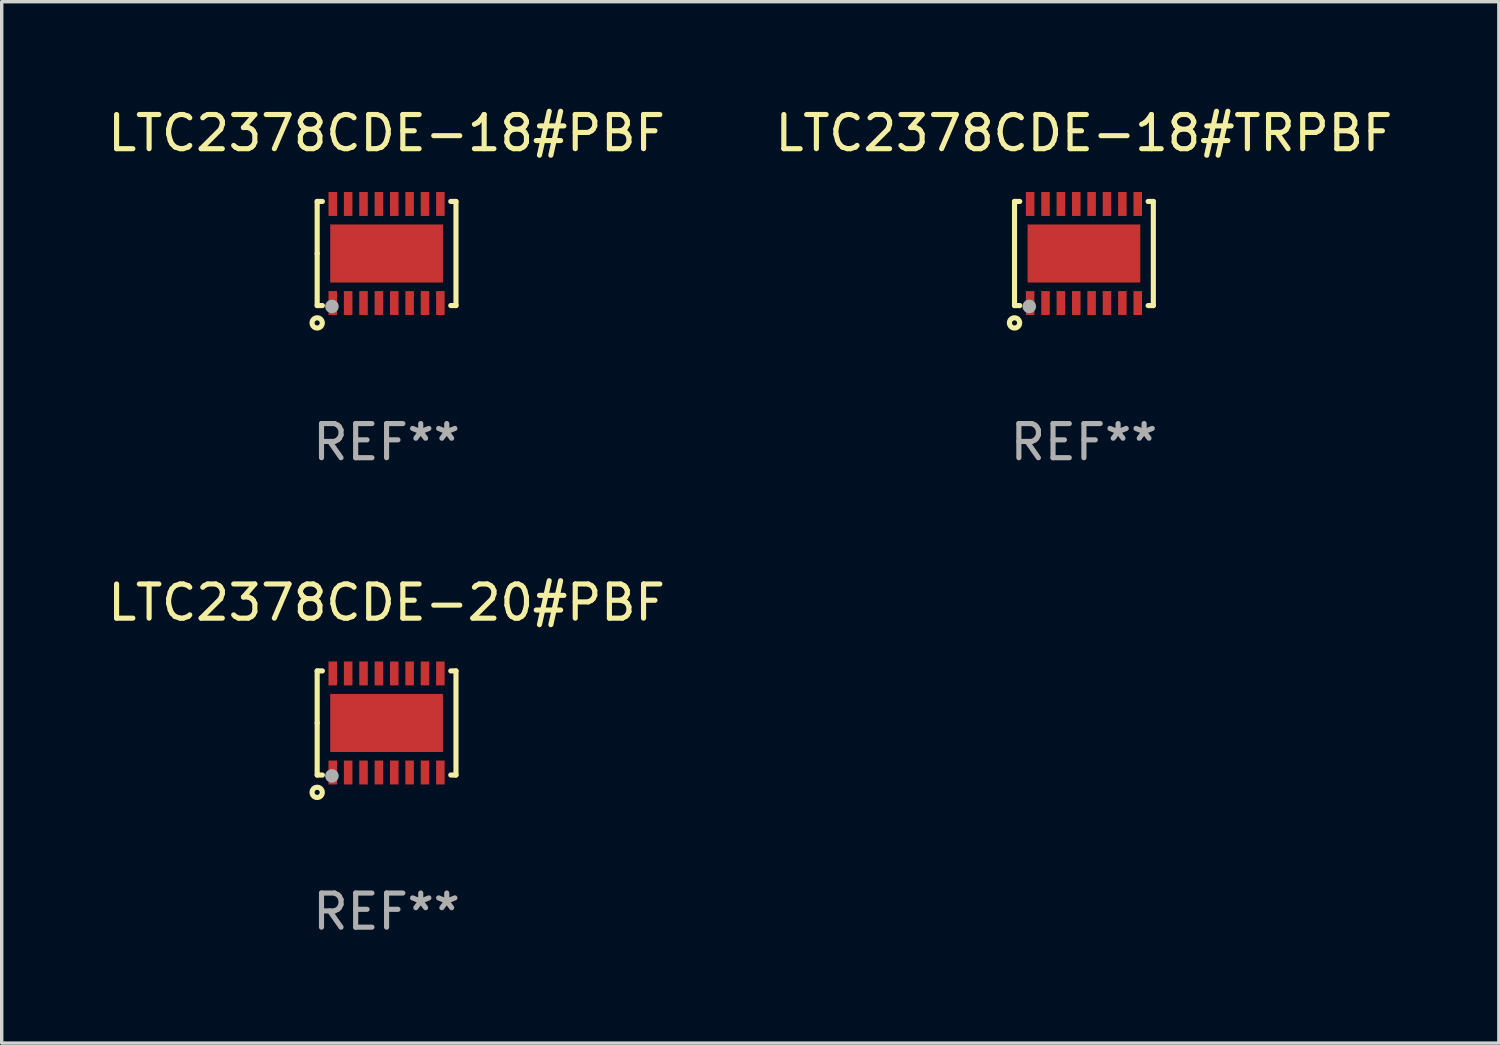
<source format=kicad_pcb>
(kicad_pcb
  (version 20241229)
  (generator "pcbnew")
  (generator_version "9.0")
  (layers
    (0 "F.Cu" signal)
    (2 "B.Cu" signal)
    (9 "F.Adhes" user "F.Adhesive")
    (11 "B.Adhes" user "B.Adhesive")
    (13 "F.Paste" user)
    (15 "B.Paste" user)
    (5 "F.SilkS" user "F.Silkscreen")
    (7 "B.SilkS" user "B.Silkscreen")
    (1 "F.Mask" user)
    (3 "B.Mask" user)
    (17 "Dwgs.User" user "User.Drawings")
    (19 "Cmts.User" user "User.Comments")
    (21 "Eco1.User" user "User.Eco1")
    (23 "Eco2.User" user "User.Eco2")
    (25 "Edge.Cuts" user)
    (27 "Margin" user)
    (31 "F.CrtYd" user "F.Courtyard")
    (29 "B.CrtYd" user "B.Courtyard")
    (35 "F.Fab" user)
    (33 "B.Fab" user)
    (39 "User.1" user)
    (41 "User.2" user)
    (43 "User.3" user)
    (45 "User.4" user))
  (footprint "LTC2378CDE-18#TRPBF"
    (layer "F.Cu")
    (at 28.685 4.372)
    (property "Reference" "LTC2378CDE-18#TRPBF" (at 0 -3.524 0) (layer "F.SilkS") (effects (font (size 1 1) (thickness 0.15))))
    (attr through_hole)
    (fp_line (start -2.032 -1.524) (end -1.879 -1.524) (stroke (width 0.15) (type solid)) (layer "F.SilkS"))
    (fp_line (start -2.032 0) (end -2.032 -1.524) (stroke (width 0.15) (type solid)) (layer "F.SilkS"))
    (fp_line (start -2.032 1.524) (end -2.032 0) (stroke (width 0.15) (type solid)) (layer "F.SilkS"))
    (fp_line (start -1.879 1.524) (end -2.032 1.524) (stroke (width 0.15) (type solid)) (layer "F.SilkS"))
    (fp_line (start 1.879 -1.524) (end 2.032 -1.524) (stroke (width 0.15) (type solid)) (layer "F.SilkS"))
    (fp_line (start 2.032 -1.524) (end 2.032 1.524) (stroke (width 0.15) (type solid)) (layer "F.SilkS"))
    (fp_line (start 2.032 1.524) (end 1.879 1.524) (stroke (width 0.15) (type solid)) (layer "F.SilkS"))
    (fp_circle (center -2.032 2.032) (end -1.882 2.032) (stroke (width 0.15) (type solid)) (fill no) (layer "F.SilkS"))
    (fp_circle (center -2 1.5) (end -1.97 1.5) (stroke (width 0.06) (type solid)) (fill no) (layer "F.SilkS"))
    (fp_circle (center -1.6 1.55) (end -1.5 1.55) (stroke (width 0.2) (type solid)) (fill no) (layer "F.Fab"))
    (fp_text user "REF**" (at 0 5.524 0) (layer "F.Fab") (effects (font (size 1 1) (thickness 0.15))))
    (pad "1" smd rect (at -1.575 1.45 90) (size 0.7 0.25) (layers "F.Cu" "F.Mask" "F.Paste"))
    (pad "2" smd rect (at -1.125 1.45 90) (size 0.7 0.25) (layers "F.Cu" "F.Mask" "F.Paste"))
    (pad "3" smd rect (at -0.675 1.45 90) (size 0.7 0.25) (layers "F.Cu" "F.Mask" "F.Paste"))
    (pad "4" smd rect (at -0.225 1.45 90) (size 0.7 0.25) (layers "F.Cu" "F.Mask" "F.Paste"))
    (pad "5" smd rect (at 0.225 1.45 90) (size 0.7 0.25) (layers "F.Cu" "F.Mask" "F.Paste"))
    (pad "6" smd rect (at 0.675 1.45 90) (size 0.7 0.25) (layers "F.Cu" "F.Mask" "F.Paste"))
    (pad "7" smd rect (at 1.125 1.45 90) (size 0.7 0.25) (layers "F.Cu" "F.Mask" "F.Paste"))
    (pad "8" smd rect (at 1.575 1.45 90) (size 0.7 0.25) (layers "F.Cu" "F.Mask" "F.Paste"))
    (pad "9" smd rect (at 1.575 -1.45 90) (size 0.7 0.25) (layers "F.Cu" "F.Mask" "F.Paste"))
    (pad "10" smd rect (at 1.125 -1.45 90) (size 0.7 0.25) (layers "F.Cu" "F.Mask" "F.Paste"))
    (pad "11" smd rect (at 0.675 -1.45 90) (size 0.7 0.25) (layers "F.Cu" "F.Mask" "F.Paste"))
    (pad "12" smd rect (at 0.225 -1.45 90) (size 0.7 0.25) (layers "F.Cu" "F.Mask" "F.Paste"))
    (pad "13" smd rect (at -0.225 -1.45 90) (size 0.7 0.25) (layers "F.Cu" "F.Mask" "F.Paste"))
    (pad "14" smd rect (at -0.675 -1.45 90) (size 0.7 0.25) (layers "F.Cu" "F.Mask" "F.Paste"))
    (pad "15" smd rect (at -1.125 -1.45 90) (size 0.7 0.25) (layers "F.Cu" "F.Mask" "F.Paste"))
    (pad "16" smd rect (at -1.575 -1.45 90) (size 0.7 0.25) (layers "F.Cu" "F.Mask" "F.Paste"))
    (pad "17" smd rect (at 0.000127 0 90) (size 1.7 3.3) (layers "F.Cu" "F.Mask" "F.Paste")))
  (footprint "LTC2378CDE-20#PBF"
    (layer "F.Cu")
    (at 8.268 18.117)
    (property "Reference" "LTC2378CDE-20#PBF" (at 0 -3.524 0) (layer "F.SilkS") (effects (font (size 1 1) (thickness 0.15))))
    (attr through_hole)
    (fp_line (start -2.032 -1.524) (end -1.879 -1.524) (stroke (width 0.15) (type solid)) (layer "F.SilkS"))
    (fp_line (start -2.032 0) (end -2.032 -1.524) (stroke (width 0.15) (type solid)) (layer "F.SilkS"))
    (fp_line (start -2.032 1.524) (end -2.032 0) (stroke (width 0.15) (type solid)) (layer "F.SilkS"))
    (fp_line (start -1.879 1.524) (end -2.032 1.524) (stroke (width 0.15) (type solid)) (layer "F.SilkS"))
    (fp_line (start 1.879 -1.524) (end 2.032 -1.524) (stroke (width 0.15) (type solid)) (layer "F.SilkS"))
    (fp_line (start 2.032 -1.524) (end 2.032 1.524) (stroke (width 0.15) (type solid)) (layer "F.SilkS"))
    (fp_line (start 2.032 1.524) (end 1.879 1.524) (stroke (width 0.15) (type solid)) (layer "F.SilkS"))
    (fp_circle (center -2.032 2.032) (end -1.882 2.032) (stroke (width 0.15) (type solid)) (fill no) (layer "F.SilkS"))
    (fp_circle (center -2 1.5) (end -1.97 1.5) (stroke (width 0.06) (type solid)) (fill no) (layer "F.SilkS"))
    (fp_circle (center -1.6 1.55) (end -1.5 1.55) (stroke (width 0.2) (type solid)) (fill no) (layer "F.Fab"))
    (fp_text user "REF**" (at 0 5.524 0) (layer "F.Fab") (effects (font (size 1 1) (thickness 0.15))))
    (pad "1" smd rect (at -1.575 1.45 90) (size 0.7 0.25) (layers "F.Cu" "F.Mask" "F.Paste"))
    (pad "2" smd rect (at -1.125 1.45 90) (size 0.7 0.25) (layers "F.Cu" "F.Mask" "F.Paste"))
    (pad "3" smd rect (at -0.675 1.45 90) (size 0.7 0.25) (layers "F.Cu" "F.Mask" "F.Paste"))
    (pad "4" smd rect (at -0.225 1.45 90) (size 0.7 0.25) (layers "F.Cu" "F.Mask" "F.Paste"))
    (pad "5" smd rect (at 0.225 1.45 90) (size 0.7 0.25) (layers "F.Cu" "F.Mask" "F.Paste"))
    (pad "6" smd rect (at 0.675 1.45 90) (size 0.7 0.25) (layers "F.Cu" "F.Mask" "F.Paste"))
    (pad "7" smd rect (at 1.125 1.45 90) (size 0.7 0.25) (layers "F.Cu" "F.Mask" "F.Paste"))
    (pad "8" smd rect (at 1.575 1.45 90) (size 0.7 0.25) (layers "F.Cu" "F.Mask" "F.Paste"))
    (pad "9" smd rect (at 1.575 -1.45 90) (size 0.7 0.25) (layers "F.Cu" "F.Mask" "F.Paste"))
    (pad "10" smd rect (at 1.125 -1.45 90) (size 0.7 0.25) (layers "F.Cu" "F.Mask" "F.Paste"))
    (pad "11" smd rect (at 0.675 -1.45 90) (size 0.7 0.25) (layers "F.Cu" "F.Mask" "F.Paste"))
    (pad "12" smd rect (at 0.225 -1.45 90) (size 0.7 0.25) (layers "F.Cu" "F.Mask" "F.Paste"))
    (pad "13" smd rect (at -0.225 -1.45 90) (size 0.7 0.25) (layers "F.Cu" "F.Mask" "F.Paste"))
    (pad "14" smd rect (at -0.675 -1.45 90) (size 0.7 0.25) (layers "F.Cu" "F.Mask" "F.Paste"))
    (pad "15" smd rect (at -1.125 -1.45 90) (size 0.7 0.25) (layers "F.Cu" "F.Mask" "F.Paste"))
    (pad "16" smd rect (at -1.575 -1.45 90) (size 0.7 0.25) (layers "F.Cu" "F.Mask" "F.Paste"))
    (pad "17" smd rect (at 0.000127 0 90) (size 1.7 3.3) (layers "F.Cu" "F.Mask" "F.Paste")))
  (footprint "LTC2378CDE-18#PBF"
    (layer "F.Cu")
    (at 8.268 4.372)
    (property "Reference" "LTC2378CDE-18#PBF" (at 0 -3.524 0) (layer "F.SilkS") (effects (font (size 1 1) (thickness 0.15))))
    (attr through_hole)
    (fp_line (start -2.032 -1.524) (end -1.879 -1.524) (stroke (width 0.15) (type solid)) (layer "F.SilkS"))
    (fp_line (start -2.032 0) (end -2.032 -1.524) (stroke (width 0.15) (type solid)) (layer "F.SilkS"))
    (fp_line (start -2.032 1.524) (end -2.032 0) (stroke (width 0.15) (type solid)) (layer "F.SilkS"))
    (fp_line (start -1.879 1.524) (end -2.032 1.524) (stroke (width 0.15) (type solid)) (layer "F.SilkS"))
    (fp_line (start 1.879 -1.524) (end 2.032 -1.524) (stroke (width 0.15) (type solid)) (layer "F.SilkS"))
    (fp_line (start 2.032 -1.524) (end 2.032 1.524) (stroke (width 0.15) (type solid)) (layer "F.SilkS"))
    (fp_line (start 2.032 1.524) (end 1.879 1.524) (stroke (width 0.15) (type solid)) (layer "F.SilkS"))
    (fp_circle (center -2.032 2.032) (end -1.882 2.032) (stroke (width 0.15) (type solid)) (fill no) (layer "F.SilkS"))
    (fp_circle (center -2 1.5) (end -1.97 1.5) (stroke (width 0.06) (type solid)) (fill no) (layer "F.SilkS"))
    (fp_circle (center -1.6 1.55) (end -1.5 1.55) (stroke (width 0.2) (type solid)) (fill no) (layer "F.Fab"))
    (fp_text user "REF**" (at 0 5.524 0) (layer "F.Fab") (effects (font (size 1 1) (thickness 0.15))))
    (pad "1" smd rect (at -1.575 1.45 90) (size 0.7 0.25) (layers "F.Cu" "F.Mask" "F.Paste"))
    (pad "2" smd rect (at -1.125 1.45 90) (size 0.7 0.25) (layers "F.Cu" "F.Mask" "F.Paste"))
    (pad "3" smd rect (at -0.675 1.45 90) (size 0.7 0.25) (layers "F.Cu" "F.Mask" "F.Paste"))
    (pad "4" smd rect (at -0.225 1.45 90) (size 0.7 0.25) (layers "F.Cu" "F.Mask" "F.Paste"))
    (pad "5" smd rect (at 0.225 1.45 90) (size 0.7 0.25) (layers "F.Cu" "F.Mask" "F.Paste"))
    (pad "6" smd rect (at 0.675 1.45 90) (size 0.7 0.25) (layers "F.Cu" "F.Mask" "F.Paste"))
    (pad "7" smd rect (at 1.125 1.45 90) (size 0.7 0.25) (layers "F.Cu" "F.Mask" "F.Paste"))
    (pad "8" smd rect (at 1.575 1.45 90) (size 0.7 0.25) (layers "F.Cu" "F.Mask" "F.Paste"))
    (pad "9" smd rect (at 1.575 -1.45 90) (size 0.7 0.25) (layers "F.Cu" "F.Mask" "F.Paste"))
    (pad "10" smd rect (at 1.125 -1.45 90) (size 0.7 0.25) (layers "F.Cu" "F.Mask" "F.Paste"))
    (pad "11" smd rect (at 0.675 -1.45 90) (size 0.7 0.25) (layers "F.Cu" "F.Mask" "F.Paste"))
    (pad "12" smd rect (at 0.225 -1.45 90) (size 0.7 0.25) (layers "F.Cu" "F.Mask" "F.Paste"))
    (pad "13" smd rect (at -0.225 -1.45 90) (size 0.7 0.25) (layers "F.Cu" "F.Mask" "F.Paste"))
    (pad "14" smd rect (at -0.675 -1.45 90) (size 0.7 0.25) (layers "F.Cu" "F.Mask" "F.Paste"))
    (pad "15" smd rect (at -1.125 -1.45 90) (size 0.7 0.25) (layers "F.Cu" "F.Mask" "F.Paste"))
    (pad "16" smd rect (at -1.575 -1.45 90) (size 0.7 0.25) (layers "F.Cu" "F.Mask" "F.Paste"))
    (pad "17" smd rect (at 0.000127 0 90) (size 1.7 3.3) (layers "F.Cu" "F.Mask" "F.Paste")))
  (gr_rect
    (start -3 -3)
    (end 40.833 27.489)
    (stroke (width 0.1) (type default))
    (fill no)
    (layer "Edge.Cuts")))
</source>
